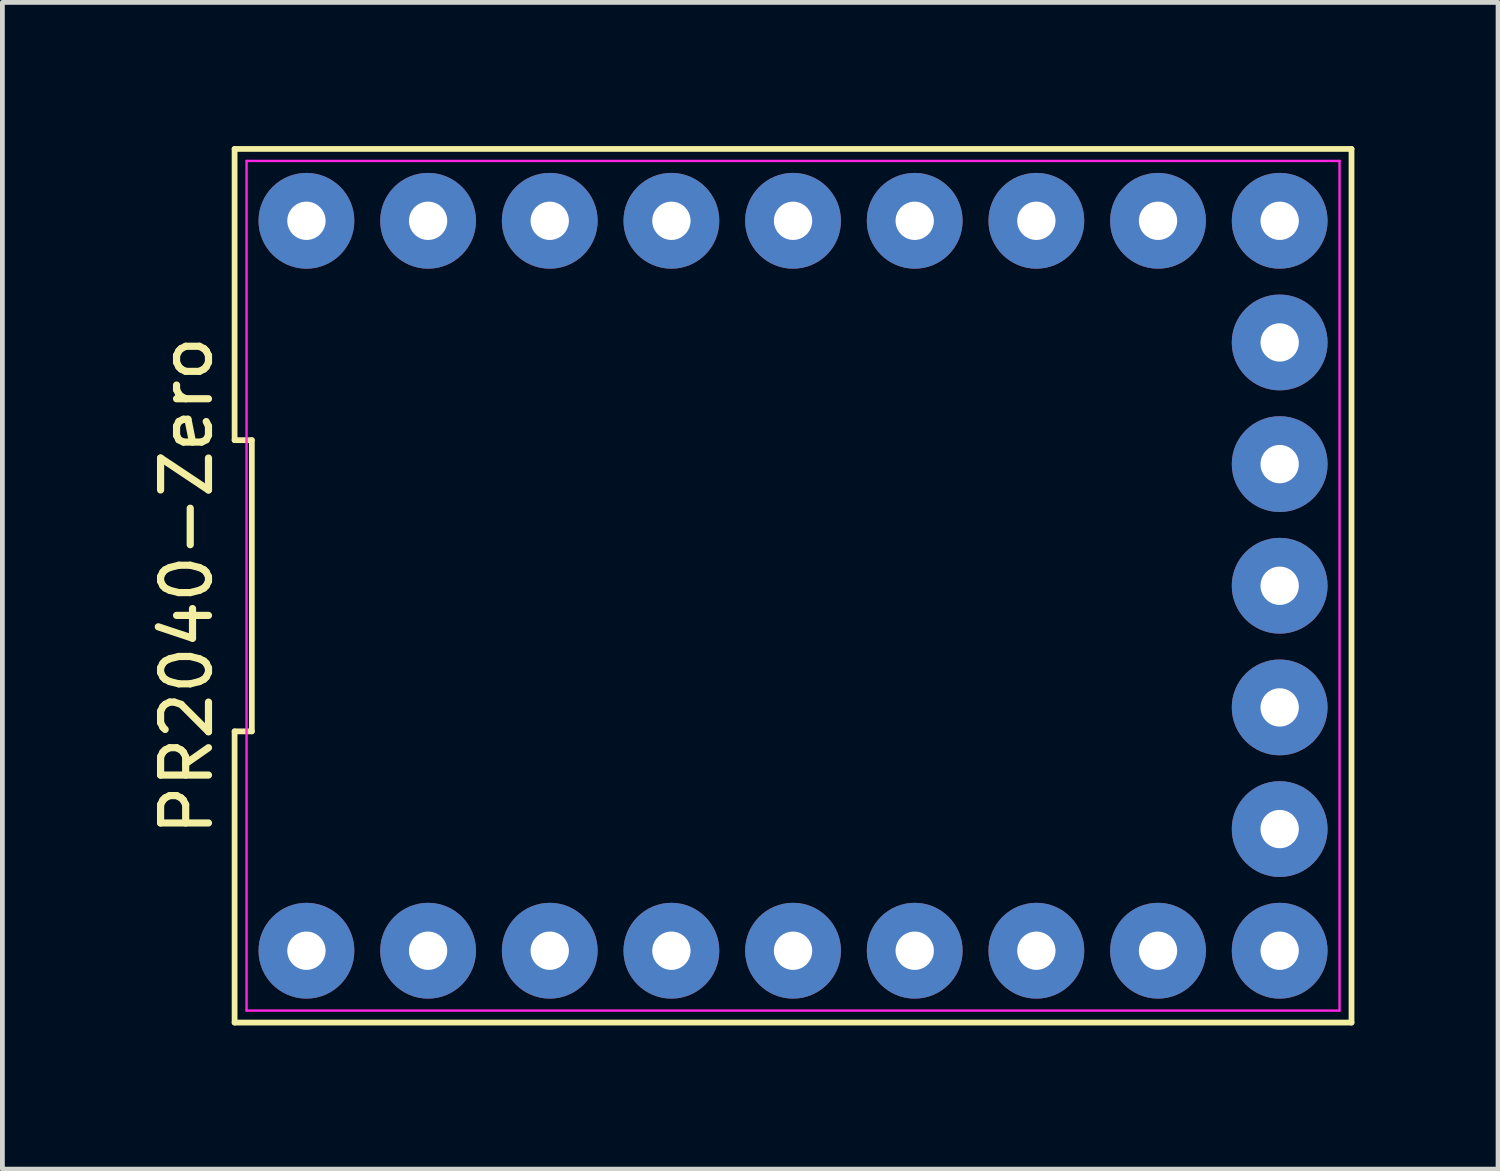
<source format=kicad_pcb>
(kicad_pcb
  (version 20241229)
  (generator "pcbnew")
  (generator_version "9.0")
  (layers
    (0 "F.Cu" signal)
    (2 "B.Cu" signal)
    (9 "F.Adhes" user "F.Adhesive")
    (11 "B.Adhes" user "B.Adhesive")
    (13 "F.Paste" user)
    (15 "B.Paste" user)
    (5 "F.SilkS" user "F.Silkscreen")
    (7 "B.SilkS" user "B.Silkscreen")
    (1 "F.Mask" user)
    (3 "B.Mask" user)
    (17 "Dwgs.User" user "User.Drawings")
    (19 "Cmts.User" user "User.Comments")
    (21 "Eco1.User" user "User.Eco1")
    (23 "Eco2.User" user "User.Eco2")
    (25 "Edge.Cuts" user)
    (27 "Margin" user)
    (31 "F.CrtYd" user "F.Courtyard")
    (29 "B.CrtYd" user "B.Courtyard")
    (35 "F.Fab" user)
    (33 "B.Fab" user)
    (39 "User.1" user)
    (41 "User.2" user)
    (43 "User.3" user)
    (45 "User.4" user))
  (footprint "PR2040-Zero"
    (layer "F.Cu")
    (at 13.508 9.18)
    (property "Reference" "PR2040-Zero" (at -12.66 0 90) (layer "F.SilkS") (effects (font (size 1 1) (thickness 0.15))))
    (attr through_hole)
    (fp_line (start -11.66 -9.12) (end -11.66 -3.04) (stroke (width 0.12) (type default)) (layer "F.SilkS"))
    (fp_line (start -11.66 -3.04) (end -11.3 -3.04) (stroke (width 0.12) (type default)) (layer "F.SilkS"))
    (fp_line (start -11.66 3.04) (end -11.66 9.12) (stroke (width 0.12) (type default)) (layer "F.SilkS"))
    (fp_line (start -11.66 9.12) (end 11.66 9.12) (stroke (width 0.12) (type default)) (layer "F.SilkS"))
    (fp_line (start -11.3 -3.04) (end -11.3 3.04) (stroke (width 0.12) (type default)) (layer "F.SilkS"))
    (fp_line (start -11.3 3.04) (end -11.66 3.04) (stroke (width 0.12) (type default)) (layer "F.SilkS"))
    (fp_line (start 11.66 -9.12) (end -11.66 -9.12) (stroke (width 0.12) (type default)) (layer "F.SilkS"))
    (fp_line (start 11.66 9.12) (end 11.66 -9.12) (stroke (width 0.12) (type default)) (layer "F.SilkS"))
    (fp_line (start -11.41 -8.87) (end 11.41 -8.87) (stroke (width 0.05) (type default)) (layer "F.CrtYd"))
    (fp_line (start -11.41 8.87) (end -11.41 -8.87) (stroke (width 0.05) (type default)) (layer "F.CrtYd"))
    (fp_line (start 11.41 -8.87) (end 11.41 8.87) (stroke (width 0.05) (type default)) (layer "F.CrtYd"))
    (fp_line (start 11.41 8.87) (end -11.41 8.87) (stroke (width 0.05) (type default)) (layer "F.CrtYd"))
    (pad "1" thru_hole circle (at -10.16 7.62) (size 2 2) (drill 0.8) (layers "*.Cu" "*.Mask"))
    (pad "2" thru_hole circle (at -7.62 7.62) (size 2 2) (drill 0.8) (layers "*.Cu" "*.Mask"))
    (pad "3" thru_hole circle (at -5.08 7.62) (size 2 2) (drill 0.8) (layers "*.Cu" "*.Mask"))
    (pad "4" thru_hole circle (at -2.54 7.62) (size 2 2) (drill 0.8) (layers "*.Cu" "*.Mask"))
    (pad "5" thru_hole circle (at 0 7.62) (size 2 2) (drill 0.8) (layers "*.Cu" "*.Mask"))
    (pad "6" thru_hole circle (at 2.54 7.62) (size 2 2) (drill 0.8) (layers "*.Cu" "*.Mask"))
    (pad "7" thru_hole circle (at 5.08 7.62) (size 2 2) (drill 0.8) (layers "*.Cu" "*.Mask"))
    (pad "8" thru_hole circle (at 7.62 7.62) (size 2 2) (drill 0.8) (layers "*.Cu" "*.Mask"))
    (pad "9" thru_hole circle (at 10.16 7.62) (size 2 2) (drill 0.8) (layers "*.Cu" "*.Mask"))
    (pad "10" thru_hole circle (at 10.16 5.08) (size 2 2) (drill 0.8) (layers "*.Cu" "*.Mask"))
    (pad "11" thru_hole circle (at 10.16 2.54) (size 2 2) (drill 0.8) (layers "*.Cu" "*.Mask"))
    (pad "12" thru_hole circle (at 10.16 0) (size 2 2) (drill 0.8) (layers "*.Cu" "*.Mask"))
    (pad "13" thru_hole circle (at 10.16 -2.54) (size 2 2) (drill 0.8) (layers "*.Cu" "*.Mask"))
    (pad "14" thru_hole circle (at 10.16 -5.08) (size 2 2) (drill 0.8) (layers "*.Cu" "*.Mask"))
    (pad "15" thru_hole circle (at 10.16 -7.62) (size 2 2) (drill 0.8) (layers "*.Cu" "*.Mask"))
    (pad "16" thru_hole circle (at 7.62 -7.62) (size 2 2) (drill 0.8) (layers "*.Cu" "*.Mask"))
    (pad "17" thru_hole circle (at 5.08 -7.62) (size 2 2) (drill 0.8) (layers "*.Cu" "*.Mask"))
    (pad "18" thru_hole circle (at 2.54 -7.62) (size 2 2) (drill 0.8) (layers "*.Cu" "*.Mask"))
    (pad "19" thru_hole circle (at 0 -7.62) (size 2 2) (drill 0.8) (layers "*.Cu" "*.Mask"))
    (pad "20" thru_hole circle (at -2.54 -7.62) (size 2 2) (drill 0.8) (layers "*.Cu" "*.Mask"))
    (pad "21" thru_hole circle (at -5.08 -7.62) (size 2 2) (drill 0.8) (layers "*.Cu" "*.Mask"))
    (pad "22" thru_hole circle (at -7.62 -7.62) (size 2 2) (drill 0.8) (layers "*.Cu" "*.Mask"))
    (pad "23" thru_hole circle (at -10.16 -7.62) (size 2 2) (drill 0.8) (layers "*.Cu" "*.Mask")))
  (gr_rect
    (start -3 -3)
    (end 28.228 21.36)
    (stroke (width 0.1) (type default))
    (fill no)
    (layer "Edge.Cuts")))
</source>
